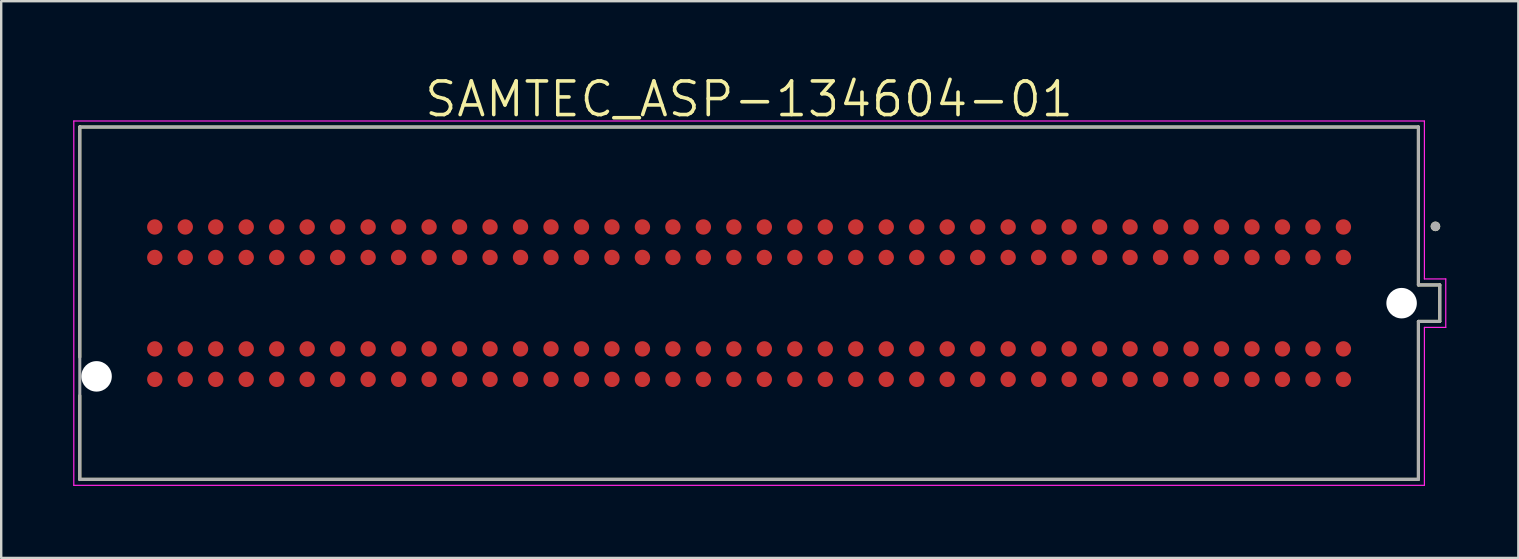
<source format=kicad_pcb>
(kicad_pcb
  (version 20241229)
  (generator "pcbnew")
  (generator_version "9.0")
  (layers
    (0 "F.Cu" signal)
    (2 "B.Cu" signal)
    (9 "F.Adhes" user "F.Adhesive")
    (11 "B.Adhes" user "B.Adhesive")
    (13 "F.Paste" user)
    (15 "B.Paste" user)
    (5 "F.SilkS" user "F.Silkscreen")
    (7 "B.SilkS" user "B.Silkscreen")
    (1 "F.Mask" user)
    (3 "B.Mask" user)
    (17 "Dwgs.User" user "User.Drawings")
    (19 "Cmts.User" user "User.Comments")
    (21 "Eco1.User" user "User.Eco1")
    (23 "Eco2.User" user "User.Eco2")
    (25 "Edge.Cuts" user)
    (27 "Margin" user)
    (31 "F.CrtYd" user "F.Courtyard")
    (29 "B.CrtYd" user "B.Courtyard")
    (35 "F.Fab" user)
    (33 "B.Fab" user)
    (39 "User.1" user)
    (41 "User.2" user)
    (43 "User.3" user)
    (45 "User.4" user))
  (footprint "SAMTEC_ASP-134604-01"
    (layer "F.Cu")
    (at 28.165 9.583)
    (property "Reference" "SAMTEC_ASP-134604-01" (at 0 -8.5 0) (layer "F.SilkS") (effects (font (size 1.401 1.401) (thickness 0.15))))
    (attr smd)
    (fp_line (start -27.89 -7.35) (end -27.89 2.25) (stroke (width 0.127) (type solid)) (layer "F.SilkS"))
    (fp_line (start -27.89 -7.34) (end 27.89 -7.34) (stroke (width 0.127) (type solid)) (layer "F.SilkS"))
    (fp_line (start -27.89 7.35) (end -27.89 3.85) (stroke (width 0.127) (type solid)) (layer "F.SilkS"))
    (fp_line (start 27.89 -7.34) (end 27.89 -0.76) (stroke (width 0.127) (type solid)) (layer "F.SilkS"))
    (fp_line (start 27.89 -0.76) (end 28.78 -0.76) (stroke (width 0.127) (type solid)) (layer "F.SilkS"))
    (fp_line (start 27.89 0.76) (end 27.89 7.34) (stroke (width 0.127) (type solid)) (layer "F.SilkS"))
    (fp_line (start 27.89 7.34) (end -27.89 7.34) (stroke (width 0.127) (type solid)) (layer "F.SilkS"))
    (fp_line (start 28.78 -0.76) (end 28.78 0.76) (stroke (width 0.127) (type solid)) (layer "F.SilkS"))
    (fp_line (start 28.78 0.76) (end 27.89 0.76) (stroke (width 0.127) (type solid)) (layer "F.SilkS"))
    (fp_circle (center 28.6 -3.2) (end 28.7 -3.2) (stroke (width 0.2) (type solid)) (fill no) (layer "F.SilkS"))
    (fp_line (start -28.14 -7.59) (end 28.14 -7.59) (stroke (width 0.05) (type solid)) (layer "F.CrtYd"))
    (fp_line (start -28.14 7.59) (end -28.14 -7.59) (stroke (width 0.05) (type solid)) (layer "F.CrtYd"))
    (fp_line (start 28.14 -7.59) (end 28.14 -1.01) (stroke (width 0.05) (type solid)) (layer "F.CrtYd"))
    (fp_line (start 28.14 -1.01) (end 29.03 -1.01) (stroke (width 0.05) (type solid)) (layer "F.CrtYd"))
    (fp_line (start 28.14 1.01) (end 28.14 7.59) (stroke (width 0.05) (type solid)) (layer "F.CrtYd"))
    (fp_line (start 28.14 7.59) (end -28.14 7.59) (stroke (width 0.05) (type solid)) (layer "F.CrtYd"))
    (fp_line (start 29.03 -1.01) (end 29.03 1.01) (stroke (width 0.05) (type solid)) (layer "F.CrtYd"))
    (fp_line (start 29.03 1.01) (end 28.14 1.01) (stroke (width 0.05) (type solid)) (layer "F.CrtYd"))
    (fp_line (start -27.89 -7.34) (end 27.89 -7.34) (stroke (width 0.127) (type solid)) (layer "F.Fab"))
    (fp_line (start -27.89 7.34) (end -27.89 -7.34) (stroke (width 0.127) (type solid)) (layer "F.Fab"))
    (fp_line (start 27.89 -7.34) (end 27.89 -0.76) (stroke (width 0.127) (type solid)) (layer "F.Fab"))
    (fp_line (start 27.89 -0.76) (end 28.78 -0.76) (stroke (width 0.127) (type solid)) (layer "F.Fab"))
    (fp_line (start 27.89 0.76) (end 28.78 0.76) (stroke (width 0.127) (type solid)) (layer "F.Fab"))
    (fp_line (start 27.89 7.34) (end -27.89 7.34) (stroke (width 0.127) (type solid)) (layer "F.Fab"))
    (fp_line (start 27.89 7.34) (end 27.89 0.76) (stroke (width 0.127) (type solid)) (layer "F.Fab"))
    (fp_line (start 28.78 0.76) (end 28.78 -0.76) (stroke (width 0.127) (type solid)) (layer "F.Fab"))
    (fp_circle (center 28.6 -3.2) (end 28.7 -3.2) (stroke (width 0.2) (type solid)) (fill no) (layer "F.Fab"))
    (pad "" np_thru_hole circle (at -27.191 3.05) (size 1.27 1.27) (drill 1.27) (layers "*.Cu" "*.Mask"))
    (pad "" np_thru_hole circle (at 27.19 0) (size 1.27 1.27) (drill 1.27) (layers "*.Cu" "*.Mask"))
    (pad "C1" smd circle (at 24.765 -3.175) (size 0.64 0.64) (layers "F.Cu" "F.Mask" "F.Paste"))
    (pad "C2" smd circle (at 23.495 -3.175) (size 0.64 0.64) (layers "F.Cu" "F.Mask" "F.Paste"))
    (pad "C3" smd circle (at 22.225 -3.175) (size 0.64 0.64) (layers "F.Cu" "F.Mask" "F.Paste"))
    (pad "C4" smd circle (at 20.955 -3.175) (size 0.64 0.64) (layers "F.Cu" "F.Mask" "F.Paste"))
    (pad "C5" smd circle (at 19.685 -3.175) (size 0.64 0.64) (layers "F.Cu" "F.Mask" "F.Paste"))
    (pad "C6" smd circle (at 18.415 -3.175) (size 0.64 0.64) (layers "F.Cu" "F.Mask" "F.Paste"))
    (pad "C7" smd circle (at 17.145 -3.175) (size 0.64 0.64) (layers "F.Cu" "F.Mask" "F.Paste"))
    (pad "C8" smd circle (at 15.875 -3.175) (size 0.64 0.64) (layers "F.Cu" "F.Mask" "F.Paste"))
    (pad "C9" smd circle (at 14.605 -3.175) (size 0.64 0.64) (layers "F.Cu" "F.Mask" "F.Paste"))
    (pad "C10" smd circle (at 13.335 -3.175) (size 0.64 0.64) (layers "F.Cu" "F.Mask" "F.Paste"))
    (pad "C11" smd circle (at 12.065 -3.175) (size 0.64 0.64) (layers "F.Cu" "F.Mask" "F.Paste"))
    (pad "C12" smd circle (at 10.795 -3.175) (size 0.64 0.64) (layers "F.Cu" "F.Mask" "F.Paste"))
    (pad "C13" smd circle (at 9.525 -3.175) (size 0.64 0.64) (layers "F.Cu" "F.Mask" "F.Paste"))
    (pad "C14" smd circle (at 8.255 -3.175) (size 0.64 0.64) (layers "F.Cu" "F.Mask" "F.Paste"))
    (pad "C15" smd circle (at 6.985 -3.175) (size 0.64 0.64) (layers "F.Cu" "F.Mask" "F.Paste"))
    (pad "C16" smd circle (at 5.715 -3.175) (size 0.64 0.64) (layers "F.Cu" "F.Mask" "F.Paste"))
    (pad "C17" smd circle (at 4.445 -3.175) (size 0.64 0.64) (layers "F.Cu" "F.Mask" "F.Paste"))
    (pad "C18" smd circle (at 3.175 -3.175) (size 0.64 0.64) (layers "F.Cu" "F.Mask" "F.Paste"))
    (pad "C19" smd circle (at 1.905 -3.175) (size 0.64 0.64) (layers "F.Cu" "F.Mask" "F.Paste"))
    (pad "C20" smd circle (at 0.635 -3.175) (size 0.64 0.64) (layers "F.Cu" "F.Mask" "F.Paste"))
    (pad "C21" smd circle (at -0.635 -3.175) (size 0.64 0.64) (layers "F.Cu" "F.Mask" "F.Paste"))
    (pad "C22" smd circle (at -1.905 -3.175) (size 0.64 0.64) (layers "F.Cu" "F.Mask" "F.Paste"))
    (pad "C23" smd circle (at -3.175 -3.175) (size 0.64 0.64) (layers "F.Cu" "F.Mask" "F.Paste"))
    (pad "C24" smd circle (at -4.445 -3.175) (size 0.64 0.64) (layers "F.Cu" "F.Mask" "F.Paste"))
    (pad "C25" smd circle (at -5.715 -3.175) (size 0.64 0.64) (layers "F.Cu" "F.Mask" "F.Paste"))
    (pad "C26" smd circle (at -6.985 -3.175) (size 0.64 0.64) (layers "F.Cu" "F.Mask" "F.Paste"))
    (pad "C27" smd circle (at -8.255 -3.175) (size 0.64 0.64) (layers "F.Cu" "F.Mask" "F.Paste"))
    (pad "C28" smd circle (at -9.525 -3.175) (size 0.64 0.64) (layers "F.Cu" "F.Mask" "F.Paste"))
    (pad "C29" smd circle (at -10.795 -3.175) (size 0.64 0.64) (layers "F.Cu" "F.Mask" "F.Paste"))
    (pad "C30" smd circle (at -12.065 -3.175) (size 0.64 0.64) (layers "F.Cu" "F.Mask" "F.Paste"))
    (pad "C31" smd circle (at -13.335 -3.175) (size 0.64 0.64) (layers "F.Cu" "F.Mask" "F.Paste"))
    (pad "C32" smd circle (at -14.605 -3.175) (size 0.64 0.64) (layers "F.Cu" "F.Mask" "F.Paste"))
    (pad "C33" smd circle (at -15.875 -3.175) (size 0.64 0.64) (layers "F.Cu" "F.Mask" "F.Paste"))
    (pad "C34" smd circle (at -17.145 -3.175) (size 0.64 0.64) (layers "F.Cu" "F.Mask" "F.Paste"))
    (pad "C35" smd circle (at -18.415 -3.175) (size 0.64 0.64) (layers "F.Cu" "F.Mask" "F.Paste"))
    (pad "C36" smd circle (at -19.685 -3.175) (size 0.64 0.64) (layers "F.Cu" "F.Mask" "F.Paste"))
    (pad "C37" smd circle (at -20.955 -3.175) (size 0.64 0.64) (layers "F.Cu" "F.Mask" "F.Paste"))
    (pad "C38" smd circle (at -22.225 -3.175) (size 0.64 0.64) (layers "F.Cu" "F.Mask" "F.Paste"))
    (pad "C39" smd circle (at -23.495 -3.175) (size 0.64 0.64) (layers "F.Cu" "F.Mask" "F.Paste"))
    (pad "C40" smd circle (at -24.765 -3.175) (size 0.64 0.64) (layers "F.Cu" "F.Mask" "F.Paste"))
    (pad "D1" smd circle (at 24.765 -1.905) (size 0.64 0.64) (layers "F.Cu" "F.Mask" "F.Paste"))
    (pad "D2" smd circle (at 23.495 -1.905) (size 0.64 0.64) (layers "F.Cu" "F.Mask" "F.Paste"))
    (pad "D3" smd circle (at 22.225 -1.905) (size 0.64 0.64) (layers "F.Cu" "F.Mask" "F.Paste"))
    (pad "D4" smd circle (at 20.955 -1.905) (size 0.64 0.64) (layers "F.Cu" "F.Mask" "F.Paste"))
    (pad "D5" smd circle (at 19.685 -1.905) (size 0.64 0.64) (layers "F.Cu" "F.Mask" "F.Paste"))
    (pad "D6" smd circle (at 18.415 -1.905) (size 0.64 0.64) (layers "F.Cu" "F.Mask" "F.Paste"))
    (pad "D7" smd circle (at 17.145 -1.905) (size 0.64 0.64) (layers "F.Cu" "F.Mask" "F.Paste"))
    (pad "D8" smd circle (at 15.875 -1.905) (size 0.64 0.64) (layers "F.Cu" "F.Mask" "F.Paste"))
    (pad "D9" smd circle (at 14.605 -1.905) (size 0.64 0.64) (layers "F.Cu" "F.Mask" "F.Paste"))
    (pad "D10" smd circle (at 13.335 -1.905) (size 0.64 0.64) (layers "F.Cu" "F.Mask" "F.Paste"))
    (pad "D11" smd circle (at 12.065 -1.905) (size 0.64 0.64) (layers "F.Cu" "F.Mask" "F.Paste"))
    (pad "D12" smd circle (at 10.795 -1.905) (size 0.64 0.64) (layers "F.Cu" "F.Mask" "F.Paste"))
    (pad "D13" smd circle (at 9.525 -1.905) (size 0.64 0.64) (layers "F.Cu" "F.Mask" "F.Paste"))
    (pad "D14" smd circle (at 8.255 -1.905) (size 0.64 0.64) (layers "F.Cu" "F.Mask" "F.Paste"))
    (pad "D15" smd circle (at 6.985 -1.905) (size 0.64 0.64) (layers "F.Cu" "F.Mask" "F.Paste"))
    (pad "D16" smd circle (at 5.715 -1.905) (size 0.64 0.64) (layers "F.Cu" "F.Mask" "F.Paste"))
    (pad "D17" smd circle (at 4.445 -1.905) (size 0.64 0.64) (layers "F.Cu" "F.Mask" "F.Paste"))
    (pad "D18" smd circle (at 3.175 -1.905) (size 0.64 0.64) (layers "F.Cu" "F.Mask" "F.Paste"))
    (pad "D19" smd circle (at 1.905 -1.905) (size 0.64 0.64) (layers "F.Cu" "F.Mask" "F.Paste"))
    (pad "D20" smd circle (at 0.635 -1.905) (size 0.64 0.64) (layers "F.Cu" "F.Mask" "F.Paste"))
    (pad "D21" smd circle (at -0.635 -1.905) (size 0.64 0.64) (layers "F.Cu" "F.Mask" "F.Paste"))
    (pad "D22" smd circle (at -1.905 -1.905) (size 0.64 0.64) (layers "F.Cu" "F.Mask" "F.Paste"))
    (pad "D23" smd circle (at -3.175 -1.905) (size 0.64 0.64) (layers "F.Cu" "F.Mask" "F.Paste"))
    (pad "D24" smd circle (at -4.445 -1.905) (size 0.64 0.64) (layers "F.Cu" "F.Mask" "F.Paste"))
    (pad "D25" smd circle (at -5.715 -1.905) (size 0.64 0.64) (layers "F.Cu" "F.Mask" "F.Paste"))
    (pad "D26" smd circle (at -6.985 -1.905) (size 0.64 0.64) (layers "F.Cu" "F.Mask" "F.Paste"))
    (pad "D27" smd circle (at -8.255 -1.905) (size 0.64 0.64) (layers "F.Cu" "F.Mask" "F.Paste"))
    (pad "D28" smd circle (at -9.525 -1.905) (size 0.64 0.64) (layers "F.Cu" "F.Mask" "F.Paste"))
    (pad "D29" smd circle (at -10.795 -1.905) (size 0.64 0.64) (layers "F.Cu" "F.Mask" "F.Paste"))
    (pad "D30" smd circle (at -12.065 -1.905) (size 0.64 0.64) (layers "F.Cu" "F.Mask" "F.Paste"))
    (pad "D31" smd circle (at -13.335 -1.905) (size 0.64 0.64) (layers "F.Cu" "F.Mask" "F.Paste"))
    (pad "D32" smd circle (at -14.605 -1.905) (size 0.64 0.64) (layers "F.Cu" "F.Mask" "F.Paste"))
    (pad "D33" smd circle (at -15.875 -1.905) (size 0.64 0.64) (layers "F.Cu" "F.Mask" "F.Paste"))
    (pad "D34" smd circle (at -17.145 -1.905) (size 0.64 0.64) (layers "F.Cu" "F.Mask" "F.Paste"))
    (pad "D35" smd circle (at -18.415 -1.905) (size 0.64 0.64) (layers "F.Cu" "F.Mask" "F.Paste"))
    (pad "D36" smd circle (at -19.685 -1.905) (size 0.64 0.64) (layers "F.Cu" "F.Mask" "F.Paste"))
    (pad "D37" smd circle (at -20.955 -1.905) (size 0.64 0.64) (layers "F.Cu" "F.Mask" "F.Paste"))
    (pad "D38" smd circle (at -22.225 -1.905) (size 0.64 0.64) (layers "F.Cu" "F.Mask" "F.Paste"))
    (pad "D39" smd circle (at -23.495 -1.905) (size 0.64 0.64) (layers "F.Cu" "F.Mask" "F.Paste"))
    (pad "D40" smd circle (at -24.765 -1.905) (size 0.64 0.64) (layers "F.Cu" "F.Mask" "F.Paste"))
    (pad "G1" smd circle (at 24.765 1.905) (size 0.64 0.64) (layers "F.Cu" "F.Mask" "F.Paste"))
    (pad "G2" smd circle (at 23.495 1.905) (size 0.64 0.64) (layers "F.Cu" "F.Mask" "F.Paste"))
    (pad "G3" smd circle (at 22.225 1.905) (size 0.64 0.64) (layers "F.Cu" "F.Mask" "F.Paste"))
    (pad "G4" smd circle (at 20.955 1.905) (size 0.64 0.64) (layers "F.Cu" "F.Mask" "F.Paste"))
    (pad "G5" smd circle (at 19.685 1.905) (size 0.64 0.64) (layers "F.Cu" "F.Mask" "F.Paste"))
    (pad "G6" smd circle (at 18.415 1.905) (size 0.64 0.64) (layers "F.Cu" "F.Mask" "F.Paste"))
    (pad "G7" smd circle (at 17.145 1.905) (size 0.64 0.64) (layers "F.Cu" "F.Mask" "F.Paste"))
    (pad "G8" smd circle (at 15.875 1.905) (size 0.64 0.64) (layers "F.Cu" "F.Mask" "F.Paste"))
    (pad "G9" smd circle (at 14.605 1.905) (size 0.64 0.64) (layers "F.Cu" "F.Mask" "F.Paste"))
    (pad "G10" smd circle (at 13.335 1.905) (size 0.64 0.64) (layers "F.Cu" "F.Mask" "F.Paste"))
    (pad "G11" smd circle (at 12.065 1.905) (size 0.64 0.64) (layers "F.Cu" "F.Mask" "F.Paste"))
    (pad "G12" smd circle (at 10.795 1.905) (size 0.64 0.64) (layers "F.Cu" "F.Mask" "F.Paste"))
    (pad "G13" smd circle (at 9.525 1.905) (size 0.64 0.64) (layers "F.Cu" "F.Mask" "F.Paste"))
    (pad "G14" smd circle (at 8.255 1.905) (size 0.64 0.64) (layers "F.Cu" "F.Mask" "F.Paste"))
    (pad "G15" smd circle (at 6.985 1.905) (size 0.64 0.64) (layers "F.Cu" "F.Mask" "F.Paste"))
    (pad "G16" smd circle (at 5.715 1.905) (size 0.64 0.64) (layers "F.Cu" "F.Mask" "F.Paste"))
    (pad "G17" smd circle (at 4.445 1.905) (size 0.64 0.64) (layers "F.Cu" "F.Mask" "F.Paste"))
    (pad "G18" smd circle (at 3.175 1.905) (size 0.64 0.64) (layers "F.Cu" "F.Mask" "F.Paste"))
    (pad "G19" smd circle (at 1.905 1.905) (size 0.64 0.64) (layers "F.Cu" "F.Mask" "F.Paste"))
    (pad "G20" smd circle (at 0.635 1.905) (size 0.64 0.64) (layers "F.Cu" "F.Mask" "F.Paste"))
    (pad "G21" smd circle (at -0.635 1.905) (size 0.64 0.64) (layers "F.Cu" "F.Mask" "F.Paste"))
    (pad "G22" smd circle (at -1.905 1.905) (size 0.64 0.64) (layers "F.Cu" "F.Mask" "F.Paste"))
    (pad "G23" smd circle (at -3.175 1.905) (size 0.64 0.64) (layers "F.Cu" "F.Mask" "F.Paste"))
    (pad "G24" smd circle (at -4.445 1.905) (size 0.64 0.64) (layers "F.Cu" "F.Mask" "F.Paste"))
    (pad "G25" smd circle (at -5.715 1.905) (size 0.64 0.64) (layers "F.Cu" "F.Mask" "F.Paste"))
    (pad "G26" smd circle (at -6.985 1.905) (size 0.64 0.64) (layers "F.Cu" "F.Mask" "F.Paste"))
    (pad "G27" smd circle (at -8.255 1.905) (size 0.64 0.64) (layers "F.Cu" "F.Mask" "F.Paste"))
    (pad "G28" smd circle (at -9.525 1.905) (size 0.64 0.64) (layers "F.Cu" "F.Mask" "F.Paste"))
    (pad "G29" smd circle (at -10.795 1.905) (size 0.64 0.64) (layers "F.Cu" "F.Mask" "F.Paste"))
    (pad "G30" smd circle (at -12.065 1.905) (size 0.64 0.64) (layers "F.Cu" "F.Mask" "F.Paste"))
    (pad "G31" smd circle (at -13.335 1.905) (size 0.64 0.64) (layers "F.Cu" "F.Mask" "F.Paste"))
    (pad "G32" smd circle (at -14.605 1.905) (size 0.64 0.64) (layers "F.Cu" "F.Mask" "F.Paste"))
    (pad "G33" smd circle (at -15.875 1.905) (size 0.64 0.64) (layers "F.Cu" "F.Mask" "F.Paste"))
    (pad "G34" smd circle (at -17.145 1.905) (size 0.64 0.64) (layers "F.Cu" "F.Mask" "F.Paste"))
    (pad "G35" smd circle (at -18.415 1.905) (size 0.64 0.64) (layers "F.Cu" "F.Mask" "F.Paste"))
    (pad "G36" smd circle (at -19.685 1.905) (size 0.64 0.64) (layers "F.Cu" "F.Mask" "F.Paste"))
    (pad "G37" smd circle (at -20.955 1.905) (size 0.64 0.64) (layers "F.Cu" "F.Mask" "F.Paste"))
    (pad "G38" smd circle (at -22.225 1.905) (size 0.64 0.64) (layers "F.Cu" "F.Mask" "F.Paste"))
    (pad "G39" smd circle (at -23.495 1.905) (size 0.64 0.64) (layers "F.Cu" "F.Mask" "F.Paste"))
    (pad "G40" smd circle (at -24.765 1.905) (size 0.64 0.64) (layers "F.Cu" "F.Mask" "F.Paste"))
    (pad "H1" smd circle (at 24.765 3.175) (size 0.64 0.64) (layers "F.Cu" "F.Mask" "F.Paste"))
    (pad "H2" smd circle (at 23.495 3.175) (size 0.64 0.64) (layers "F.Cu" "F.Mask" "F.Paste"))
    (pad "H3" smd circle (at 22.225 3.175) (size 0.64 0.64) (layers "F.Cu" "F.Mask" "F.Paste"))
    (pad "H4" smd circle (at 20.955 3.175) (size 0.64 0.64) (layers "F.Cu" "F.Mask" "F.Paste"))
    (pad "H5" smd circle (at 19.685 3.175) (size 0.64 0.64) (layers "F.Cu" "F.Mask" "F.Paste"))
    (pad "H6" smd circle (at 18.415 3.175) (size 0.64 0.64) (layers "F.Cu" "F.Mask" "F.Paste"))
    (pad "H7" smd circle (at 17.145 3.175) (size 0.64 0.64) (layers "F.Cu" "F.Mask" "F.Paste"))
    (pad "H8" smd circle (at 15.875 3.175) (size 0.64 0.64) (layers "F.Cu" "F.Mask" "F.Paste"))
    (pad "H9" smd circle (at 14.605 3.175) (size 0.64 0.64) (layers "F.Cu" "F.Mask" "F.Paste"))
    (pad "H10" smd circle (at 13.335 3.175) (size 0.64 0.64) (layers "F.Cu" "F.Mask" "F.Paste"))
    (pad "H11" smd circle (at 12.065 3.175) (size 0.64 0.64) (layers "F.Cu" "F.Mask" "F.Paste"))
    (pad "H12" smd circle (at 10.795 3.175) (size 0.64 0.64) (layers "F.Cu" "F.Mask" "F.Paste"))
    (pad "H13" smd circle (at 9.525 3.175) (size 0.64 0.64) (layers "F.Cu" "F.Mask" "F.Paste"))
    (pad "H14" smd circle (at 8.255 3.175) (size 0.64 0.64) (layers "F.Cu" "F.Mask" "F.Paste"))
    (pad "H15" smd circle (at 6.985 3.175) (size 0.64 0.64) (layers "F.Cu" "F.Mask" "F.Paste"))
    (pad "H16" smd circle (at 5.715 3.175) (size 0.64 0.64) (layers "F.Cu" "F.Mask" "F.Paste"))
    (pad "H17" smd circle (at 4.445 3.175) (size 0.64 0.64) (layers "F.Cu" "F.Mask" "F.Paste"))
    (pad "H18" smd circle (at 3.175 3.175) (size 0.64 0.64) (layers "F.Cu" "F.Mask" "F.Paste"))
    (pad "H19" smd circle (at 1.905 3.175) (size 0.64 0.64) (layers "F.Cu" "F.Mask" "F.Paste"))
    (pad "H20" smd circle (at 0.635 3.175) (size 0.64 0.64) (layers "F.Cu" "F.Mask" "F.Paste"))
    (pad "H21" smd circle (at -0.635 3.175) (size 0.64 0.64) (layers "F.Cu" "F.Mask" "F.Paste"))
    (pad "H22" smd circle (at -1.905 3.175) (size 0.64 0.64) (layers "F.Cu" "F.Mask" "F.Paste"))
    (pad "H23" smd circle (at -3.175 3.175) (size 0.64 0.64) (layers "F.Cu" "F.Mask" "F.Paste"))
    (pad "H24" smd circle (at -4.445 3.175) (size 0.64 0.64) (layers "F.Cu" "F.Mask" "F.Paste"))
    (pad "H25" smd circle (at -5.715 3.175) (size 0.64 0.64) (layers "F.Cu" "F.Mask" "F.Paste"))
    (pad "H26" smd circle (at -6.985 3.175) (size 0.64 0.64) (layers "F.Cu" "F.Mask" "F.Paste"))
    (pad "H27" smd circle (at -8.255 3.175) (size 0.64 0.64) (layers "F.Cu" "F.Mask" "F.Paste"))
    (pad "H28" smd circle (at -9.525 3.175) (size 0.64 0.64) (layers "F.Cu" "F.Mask" "F.Paste"))
    (pad "H29" smd circle (at -10.795 3.175) (size 0.64 0.64) (layers "F.Cu" "F.Mask" "F.Paste"))
    (pad "H30" smd circle (at -12.065 3.175) (size 0.64 0.64) (layers "F.Cu" "F.Mask" "F.Paste"))
    (pad "H31" smd circle (at -13.335 3.175) (size 0.64 0.64) (layers "F.Cu" "F.Mask" "F.Paste"))
    (pad "H32" smd circle (at -14.605 3.175) (size 0.64 0.64) (layers "F.Cu" "F.Mask" "F.Paste"))
    (pad "H33" smd circle (at -15.875 3.175) (size 0.64 0.64) (layers "F.Cu" "F.Mask" "F.Paste"))
    (pad "H34" smd circle (at -17.145 3.175) (size 0.64 0.64) (layers "F.Cu" "F.Mask" "F.Paste"))
    (pad "H35" smd circle (at -18.415 3.175) (size 0.64 0.64) (layers "F.Cu" "F.Mask" "F.Paste"))
    (pad "H36" smd circle (at -19.685 3.175) (size 0.64 0.64) (layers "F.Cu" "F.Mask" "F.Paste"))
    (pad "H37" smd circle (at -20.955 3.175) (size 0.64 0.64) (layers "F.Cu" "F.Mask" "F.Paste"))
    (pad "H38" smd circle (at -22.225 3.175) (size 0.64 0.64) (layers "F.Cu" "F.Mask" "F.Paste"))
    (pad "H39" smd circle (at -23.495 3.175) (size 0.64 0.64) (layers "F.Cu" "F.Mask" "F.Paste"))
    (pad "H40" smd circle (at -24.765 3.175) (size 0.64 0.64) (layers "F.Cu" "F.Mask" "F.Paste")))
  (gr_rect
    (start -3 -3)
    (end 60.22 20.198)
    (stroke (width 0.1) (type default))
    (fill no)
    (layer "Edge.Cuts")))
</source>
